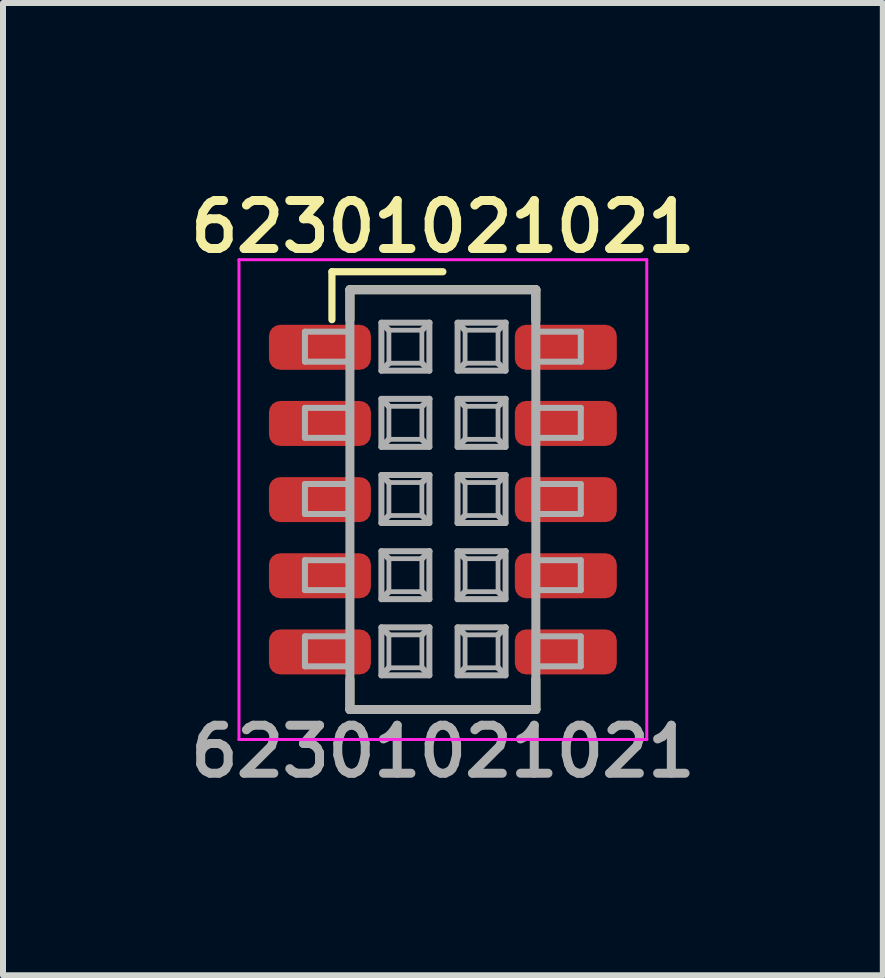
<source format=kicad_pcb>
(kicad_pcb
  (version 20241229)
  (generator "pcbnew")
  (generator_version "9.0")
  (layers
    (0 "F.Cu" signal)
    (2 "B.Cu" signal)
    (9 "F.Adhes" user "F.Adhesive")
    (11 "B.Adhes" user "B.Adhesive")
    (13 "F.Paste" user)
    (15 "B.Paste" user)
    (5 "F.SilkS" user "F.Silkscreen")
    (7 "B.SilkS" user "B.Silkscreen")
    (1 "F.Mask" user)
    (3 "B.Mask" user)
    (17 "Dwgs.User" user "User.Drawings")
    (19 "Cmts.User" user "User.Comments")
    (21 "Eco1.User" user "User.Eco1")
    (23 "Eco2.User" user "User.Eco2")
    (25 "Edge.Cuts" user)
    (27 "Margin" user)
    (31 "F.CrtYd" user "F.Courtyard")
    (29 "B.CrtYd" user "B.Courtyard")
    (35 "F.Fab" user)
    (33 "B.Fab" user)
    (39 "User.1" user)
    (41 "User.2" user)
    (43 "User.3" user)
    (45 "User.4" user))
  (footprint "62301021021"
    (layer "F.Cu")
    (at 4.335 5.281)
    (property "Reference" "62301021021" (at 0 -4.55 0) (unlocked yes) (layer "F.SilkS") (effects (font (size 0.8 0.8) (thickness 0.15))))
    (attr smd)
    (fp_line (start -1.85 -3.8) (end 0 -3.8) (stroke (width 0.12) (type solid)) (layer "F.SilkS"))
    (fp_line (start -1.85 -3) (end -1.85 -3.8) (stroke (width 0.12) (type solid)) (layer "F.SilkS"))
    (fp_line (start -1.55 -3.5) (end 1.55 -3.5) (stroke (width 0.15) (type solid)) (layer "F.SilkS"))
    (fp_line (start -1.55 -3) (end -1.55 -3.5) (stroke (width 0.15) (type solid)) (layer "F.SilkS"))
    (fp_line (start -1.55 3) (end -1.55 3.5) (stroke (width 0.15) (type solid)) (layer "F.SilkS"))
    (fp_line (start -1.55 3.5) (end 1.55 3.5) (stroke (width 0.15) (type solid)) (layer "F.SilkS"))
    (fp_line (start 1.55 -3.5) (end 1.55 -2.987) (stroke (width 0.15) (type solid)) (layer "F.SilkS"))
    (fp_line (start 1.55 3.5) (end 1.55 3) (stroke (width 0.15) (type solid)) (layer "F.SilkS"))
    (fp_line (start -3.4 -4) (end -3.4 4) (stroke (width 0.05) (type solid)) (layer "F.CrtYd"))
    (fp_line (start -3.4 -4) (end 3.4 -4) (stroke (width 0.05) (type solid)) (layer "F.CrtYd"))
    (fp_line (start -3.4 4) (end 3.4 4) (stroke (width 0.05) (type solid)) (layer "F.CrtYd"))
    (fp_line (start 3.4 4) (end 3.4 -4) (stroke (width 0.05) (type solid)) (layer "F.CrtYd"))
    (fp_line (start -2.3 -2.8) (end -2.3 -2.3) (stroke (width 0.1) (type solid)) (layer "F.Fab"))
    (fp_line (start -2.3 -2.3) (end -1.55 -2.3) (stroke (width 0.1) (type solid)) (layer "F.Fab"))
    (fp_line (start -2.3 -1.53) (end -2.3 -1.03) (stroke (width 0.1) (type solid)) (layer "F.Fab"))
    (fp_line (start -2.3 -1.03) (end -1.55 -1.03) (stroke (width 0.1) (type solid)) (layer "F.Fab"))
    (fp_line (start -2.3 -0.26) (end -2.3 0.24) (stroke (width 0.1) (type solid)) (layer "F.Fab"))
    (fp_line (start -2.3 0.24) (end -1.55 0.24) (stroke (width 0.1) (type solid)) (layer "F.Fab"))
    (fp_line (start -2.3 1.01) (end -2.3 1.51) (stroke (width 0.1) (type solid)) (layer "F.Fab"))
    (fp_line (start -2.3 1.51) (end -1.55 1.51) (stroke (width 0.1) (type solid)) (layer "F.Fab"))
    (fp_line (start -2.3 2.28) (end -2.3 2.78) (stroke (width 0.1) (type solid)) (layer "F.Fab"))
    (fp_line (start -2.3 2.78) (end -1.55 2.78) (stroke (width 0.1) (type solid)) (layer "F.Fab"))
    (fp_line (start -1.55 -3.5) (end 1.55 -3.5) (stroke (width 0.15) (type solid)) (layer "F.Fab"))
    (fp_line (start -1.55 -2.8) (end -2.3 -2.8) (stroke (width 0.1) (type solid)) (layer "F.Fab"))
    (fp_line (start -1.55 -1.53) (end -2.3 -1.53) (stroke (width 0.1) (type solid)) (layer "F.Fab"))
    (fp_line (start -1.55 -0.26) (end -2.3 -0.26) (stroke (width 0.1) (type solid)) (layer "F.Fab"))
    (fp_line (start -1.55 1.01) (end -2.3 1.01) (stroke (width 0.1) (type solid)) (layer "F.Fab"))
    (fp_line (start -1.55 2.28) (end -2.3 2.28) (stroke (width 0.1) (type solid)) (layer "F.Fab"))
    (fp_line (start -1.55 3.5) (end -1.55 -3.5) (stroke (width 0.15) (type solid)) (layer "F.Fab"))
    (fp_line (start -0.9 -2.825) (end -1.025 -2.95) (stroke (width 0.1) (type solid)) (layer "F.Fab"))
    (fp_line (start -0.9 -2.275) (end -1.025 -2.15) (stroke (width 0.1) (type solid)) (layer "F.Fab"))
    (fp_line (start -0.9 -1.555) (end -1.025 -1.68) (stroke (width 0.1) (type solid)) (layer "F.Fab"))
    (fp_line (start -0.9 -1.005) (end -1.025 -0.88) (stroke (width 0.1) (type solid)) (layer "F.Fab"))
    (fp_line (start -0.9 -0.285) (end -1.025 -0.41) (stroke (width 0.1) (type solid)) (layer "F.Fab"))
    (fp_line (start -0.9 0.265) (end -1.025 0.39) (stroke (width 0.1) (type solid)) (layer "F.Fab"))
    (fp_line (start -0.9 0.985) (end -1.025 0.86) (stroke (width 0.1) (type solid)) (layer "F.Fab"))
    (fp_line (start -0.9 1.535) (end -1.025 1.66) (stroke (width 0.1) (type solid)) (layer "F.Fab"))
    (fp_line (start -0.9 2.255) (end -1.025 2.13) (stroke (width 0.1) (type solid)) (layer "F.Fab"))
    (fp_line (start -0.9 2.805) (end -1.025 2.93) (stroke (width 0.1) (type solid)) (layer "F.Fab"))
    (fp_line (start -0.35 -2.825) (end -0.225 -2.95) (stroke (width 0.1) (type solid)) (layer "F.Fab"))
    (fp_line (start -0.35 -2.275) (end -0.225 -2.15) (stroke (width 0.1) (type solid)) (layer "F.Fab"))
    (fp_line (start -0.35 -1.555) (end -0.225 -1.68) (stroke (width 0.1) (type solid)) (layer "F.Fab"))
    (fp_line (start -0.35 -1.005) (end -0.225 -0.88) (stroke (width 0.1) (type solid)) (layer "F.Fab"))
    (fp_line (start -0.35 -0.285) (end -0.225 -0.41) (stroke (width 0.1) (type solid)) (layer "F.Fab"))
    (fp_line (start -0.35 0.265) (end -0.225 0.39) (stroke (width 0.1) (type solid)) (layer "F.Fab"))
    (fp_line (start -0.35 0.985) (end -0.225 0.86) (stroke (width 0.1) (type solid)) (layer "F.Fab"))
    (fp_line (start -0.35 1.535) (end -0.225 1.66) (stroke (width 0.1) (type solid)) (layer "F.Fab"))
    (fp_line (start -0.35 2.255) (end -0.225 2.13) (stroke (width 0.1) (type solid)) (layer "F.Fab"))
    (fp_line (start -0.35 2.805) (end -0.225 2.93) (stroke (width 0.1) (type solid)) (layer "F.Fab"))
    (fp_line (start -0.225 -2.95) (end -0.25 -2.925) (stroke (width 0.1) (type solid)) (layer "F.Fab"))
    (fp_line (start -0.225 -1.68) (end -0.25 -1.655) (stroke (width 0.1) (type solid)) (layer "F.Fab"))
    (fp_line (start -0.225 -0.41) (end -0.25 -0.385) (stroke (width 0.1) (type solid)) (layer "F.Fab"))
    (fp_line (start -0.225 0.86) (end -0.25 0.885) (stroke (width 0.1) (type solid)) (layer "F.Fab"))
    (fp_line (start -0.225 2.13) (end -0.25 2.155) (stroke (width 0.1) (type solid)) (layer "F.Fab"))
    (fp_line (start 0.37 -2.825) (end 0.245 -2.95) (stroke (width 0.1) (type solid)) (layer "F.Fab"))
    (fp_line (start 0.37 -2.275) (end 0.245 -2.15) (stroke (width 0.1) (type solid)) (layer "F.Fab"))
    (fp_line (start 0.37 -1.555) (end 0.245 -1.68) (stroke (width 0.1) (type solid)) (layer "F.Fab"))
    (fp_line (start 0.37 -1.005) (end 0.245 -0.88) (stroke (width 0.1) (type solid)) (layer "F.Fab"))
    (fp_line (start 0.37 -0.285) (end 0.245 -0.41) (stroke (width 0.1) (type solid)) (layer "F.Fab"))
    (fp_line (start 0.37 0.265) (end 0.245 0.39) (stroke (width 0.1) (type solid)) (layer "F.Fab"))
    (fp_line (start 0.37 0.985) (end 0.245 0.86) (stroke (width 0.1) (type solid)) (layer "F.Fab"))
    (fp_line (start 0.37 1.535) (end 0.245 1.66) (stroke (width 0.1) (type solid)) (layer "F.Fab"))
    (fp_line (start 0.37 2.255) (end 0.245 2.13) (stroke (width 0.1) (type solid)) (layer "F.Fab"))
    (fp_line (start 0.37 2.805) (end 0.245 2.93) (stroke (width 0.1) (type solid)) (layer "F.Fab"))
    (fp_line (start 0.92 -2.825) (end 1.045 -2.95) (stroke (width 0.1) (type solid)) (layer "F.Fab"))
    (fp_line (start 0.92 -2.275) (end 1.045 -2.15) (stroke (width 0.1) (type solid)) (layer "F.Fab"))
    (fp_line (start 0.92 -1.555) (end 1.045 -1.68) (stroke (width 0.1) (type solid)) (layer "F.Fab"))
    (fp_line (start 0.92 -1.005) (end 1.045 -0.88) (stroke (width 0.1) (type solid)) (layer "F.Fab"))
    (fp_line (start 0.92 -0.285) (end 1.045 -0.41) (stroke (width 0.1) (type solid)) (layer "F.Fab"))
    (fp_line (start 0.92 0.265) (end 1.045 0.39) (stroke (width 0.1) (type solid)) (layer "F.Fab"))
    (fp_line (start 0.92 0.985) (end 1.045 0.86) (stroke (width 0.1) (type solid)) (layer "F.Fab"))
    (fp_line (start 0.92 1.535) (end 1.045 1.66) (stroke (width 0.1) (type solid)) (layer "F.Fab"))
    (fp_line (start 0.92 2.255) (end 1.045 2.13) (stroke (width 0.1) (type solid)) (layer "F.Fab"))
    (fp_line (start 0.92 2.805) (end 1.045 2.93) (stroke (width 0.1) (type solid)) (layer "F.Fab"))
    (fp_line (start 1.045 -2.95) (end 1.02 -2.925) (stroke (width 0.1) (type solid)) (layer "F.Fab"))
    (fp_line (start 1.045 -1.68) (end 1.02 -1.655) (stroke (width 0.1) (type solid)) (layer "F.Fab"))
    (fp_line (start 1.045 -0.41) (end 1.02 -0.385) (stroke (width 0.1) (type solid)) (layer "F.Fab"))
    (fp_line (start 1.045 0.86) (end 1.02 0.885) (stroke (width 0.1) (type solid)) (layer "F.Fab"))
    (fp_line (start 1.045 2.13) (end 1.02 2.155) (stroke (width 0.1) (type solid)) (layer "F.Fab"))
    (fp_line (start 1.55 -3.5) (end 1.55 3.5) (stroke (width 0.15) (type solid)) (layer "F.Fab"))
    (fp_line (start 1.55 -2.3) (end 2.3 -2.3) (stroke (width 0.1) (type solid)) (layer "F.Fab"))
    (fp_line (start 1.55 -1.03) (end 2.3 -1.03) (stroke (width 0.1) (type solid)) (layer "F.Fab"))
    (fp_line (start 1.55 0.24) (end 2.3 0.24) (stroke (width 0.1) (type solid)) (layer "F.Fab"))
    (fp_line (start 1.55 1.51) (end 2.3 1.51) (stroke (width 0.1) (type solid)) (layer "F.Fab"))
    (fp_line (start 1.55 2.78) (end 2.3 2.78) (stroke (width 0.1) (type solid)) (layer "F.Fab"))
    (fp_line (start 1.55 3.5) (end -1.55 3.5) (stroke (width 0.15) (type solid)) (layer "F.Fab"))
    (fp_line (start 2.3 -2.8) (end 1.55 -2.8) (stroke (width 0.1) (type solid)) (layer "F.Fab"))
    (fp_line (start 2.3 -2.3) (end 2.3 -2.8) (stroke (width 0.1) (type solid)) (layer "F.Fab"))
    (fp_line (start 2.3 -1.53) (end 1.55 -1.53) (stroke (width 0.1) (type solid)) (layer "F.Fab"))
    (fp_line (start 2.3 -1.03) (end 2.3 -1.53) (stroke (width 0.1) (type solid)) (layer "F.Fab"))
    (fp_line (start 2.3 -0.26) (end 1.55 -0.26) (stroke (width 0.1) (type solid)) (layer "F.Fab"))
    (fp_line (start 2.3 0.24) (end 2.3 -0.26) (stroke (width 0.1) (type solid)) (layer "F.Fab"))
    (fp_line (start 2.3 1.01) (end 1.55 1.01) (stroke (width 0.1) (type solid)) (layer "F.Fab"))
    (fp_line (start 2.3 1.51) (end 2.3 1.01) (stroke (width 0.1) (type solid)) (layer "F.Fab"))
    (fp_line (start 2.3 2.28) (end 1.55 2.28) (stroke (width 0.1) (type solid)) (layer "F.Fab"))
    (fp_line (start 2.3 2.78) (end 2.3 2.28) (stroke (width 0.1) (type solid)) (layer "F.Fab"))
    (fp_rect (start -1.025 -2.95) (end -0.225 -2.15) (stroke (width 0.1) (type solid)) (fill no) (layer "F.Fab"))
    (fp_rect (start -1.025 -1.68) (end -0.225 -0.88) (stroke (width 0.1) (type solid)) (fill no) (layer "F.Fab"))
    (fp_rect (start -1.025 -0.41) (end -0.225 0.39) (stroke (width 0.1) (type solid)) (fill no) (layer "F.Fab"))
    (fp_rect (start -1.025 0.86) (end -0.225 1.66) (stroke (width 0.1) (type solid)) (fill no) (layer "F.Fab"))
    (fp_rect (start -1.025 2.13) (end -0.225 2.93) (stroke (width 0.1) (type solid)) (fill no) (layer "F.Fab"))
    (fp_rect (start -0.9 -2.825) (end -0.35 -2.275) (stroke (width 0.08) (type solid)) (fill no) (layer "F.Fab"))
    (fp_rect (start -0.9 -1.555) (end -0.35 -1.005) (stroke (width 0.08) (type solid)) (fill no) (layer "F.Fab"))
    (fp_rect (start -0.9 -0.285) (end -0.35 0.265) (stroke (width 0.08) (type solid)) (fill no) (layer "F.Fab"))
    (fp_rect (start -0.9 0.985) (end -0.35 1.535) (stroke (width 0.08) (type solid)) (fill no) (layer "F.Fab"))
    (fp_rect (start -0.9 2.255) (end -0.35 2.805) (stroke (width 0.08) (type solid)) (fill no) (layer "F.Fab"))
    (fp_rect (start 0.245 -2.95) (end 1.045 -2.15) (stroke (width 0.1) (type solid)) (fill no) (layer "F.Fab"))
    (fp_rect (start 0.245 -1.68) (end 1.045 -0.88) (stroke (width 0.1) (type solid)) (fill no) (layer "F.Fab"))
    (fp_rect (start 0.245 -0.41) (end 1.045 0.39) (stroke (width 0.1) (type solid)) (fill no) (layer "F.Fab"))
    (fp_rect (start 0.245 0.86) (end 1.045 1.66) (stroke (width 0.1) (type solid)) (fill no) (layer "F.Fab"))
    (fp_rect (start 0.245 2.13) (end 1.045 2.93) (stroke (width 0.1) (type solid)) (fill no) (layer "F.Fab"))
    (fp_rect (start 0.37 -2.825) (end 0.92 -2.275) (stroke (width 0.08) (type solid)) (fill no) (layer "F.Fab"))
    (fp_rect (start 0.37 -1.555) (end 0.92 -1.005) (stroke (width 0.08) (type solid)) (fill no) (layer "F.Fab"))
    (fp_rect (start 0.37 -0.285) (end 0.92 0.265) (stroke (width 0.08) (type solid)) (fill no) (layer "F.Fab"))
    (fp_rect (start 0.37 0.985) (end 0.92 1.535) (stroke (width 0.08) (type solid)) (fill no) (layer "F.Fab"))
    (fp_rect (start 0.37 2.255) (end 0.92 2.805) (stroke (width 0.08) (type solid)) (fill no) (layer "F.Fab"))
    (fp_text user "${REFERENCE}" (at 0 4.2 0) (unlocked yes) (layer "F.Fab") (effects (font (size 0.8 0.8) (thickness 0.15))))
    (pad "1" smd roundrect (at -2.05 -2.54 90) (size 0.75 1.7) (layers "F.Cu" "F.Mask" "F.Paste") (roundrect_rratio 0.25))
    (pad "2" smd roundrect (at 2.05 -2.54 90) (size 0.75 1.7) (layers "F.Cu" "F.Mask" "F.Paste") (roundrect_rratio 0.25))
    (pad "3" smd roundrect (at -2.05 -1.27 90) (size 0.75 1.7) (layers "F.Cu" "F.Mask" "F.Paste") (roundrect_rratio 0.25))
    (pad "4" smd roundrect (at 2.05 -1.27 90) (size 0.75 1.7) (layers "F.Cu" "F.Mask" "F.Paste") (roundrect_rratio 0.25))
    (pad "5" smd roundrect (at -2.05 0 90) (size 0.75 1.7) (layers "F.Cu" "F.Mask" "F.Paste") (roundrect_rratio 0.25))
    (pad "6" smd roundrect (at 2.05 0 90) (size 0.75 1.7) (layers "F.Cu" "F.Mask" "F.Paste") (roundrect_rratio 0.25))
    (pad "7" smd roundrect (at -2.05 1.27 90) (size 0.75 1.7) (layers "F.Cu" "F.Mask" "F.Paste") (roundrect_rratio 0.25))
    (pad "8" smd roundrect (at 2.05 1.27 90) (size 0.75 1.7) (layers "F.Cu" "F.Mask" "F.Paste") (roundrect_rratio 0.25))
    (pad "9" smd roundrect (at -2.05 2.54 90) (size 0.75 1.7) (layers "F.Cu" "F.Mask" "F.Paste") (roundrect_rratio 0.25))
    (pad "10" smd roundrect (at 2.05 2.54 90) (size 0.75 1.7) (layers "F.Cu" "F.Mask" "F.Paste") (roundrect_rratio 0.25)))
  (gr_rect
    (start -3 -3)
    (end 11.671 13.213)
    (stroke (width 0.1) (type default))
    (fill no)
    (layer "Edge.Cuts")))
</source>
